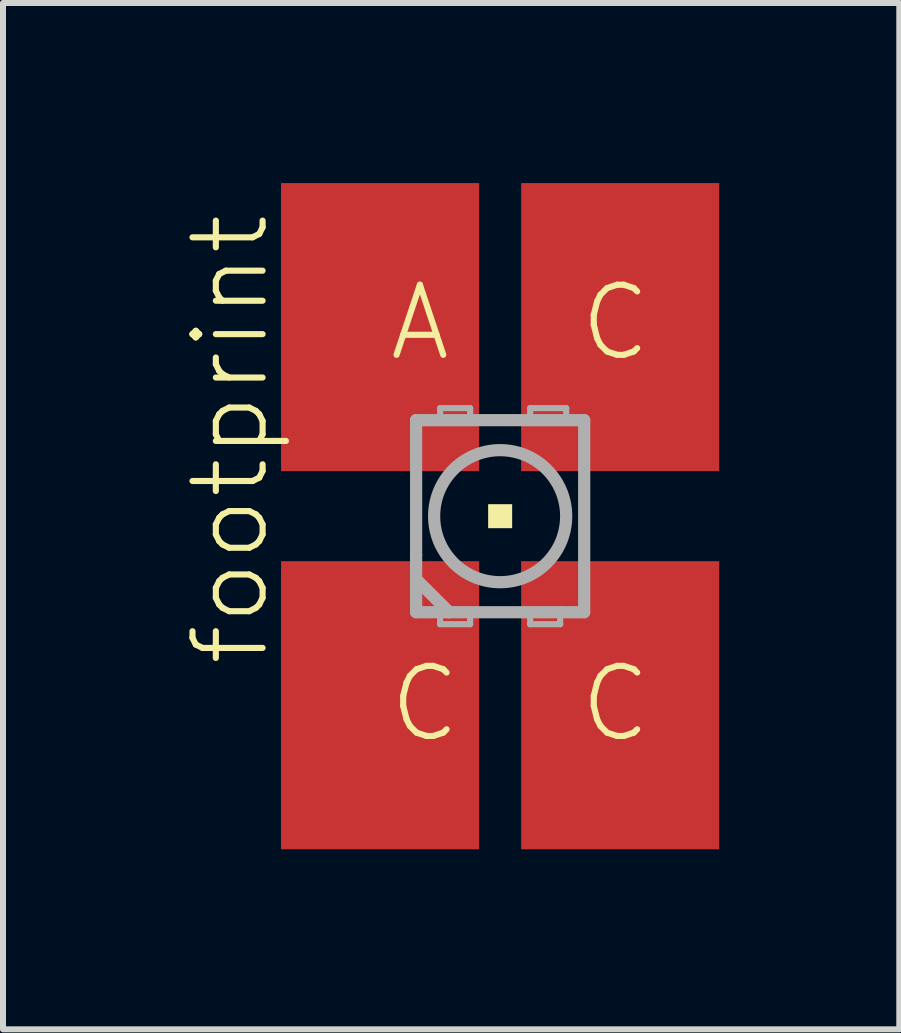
<source format=kicad_pcb>
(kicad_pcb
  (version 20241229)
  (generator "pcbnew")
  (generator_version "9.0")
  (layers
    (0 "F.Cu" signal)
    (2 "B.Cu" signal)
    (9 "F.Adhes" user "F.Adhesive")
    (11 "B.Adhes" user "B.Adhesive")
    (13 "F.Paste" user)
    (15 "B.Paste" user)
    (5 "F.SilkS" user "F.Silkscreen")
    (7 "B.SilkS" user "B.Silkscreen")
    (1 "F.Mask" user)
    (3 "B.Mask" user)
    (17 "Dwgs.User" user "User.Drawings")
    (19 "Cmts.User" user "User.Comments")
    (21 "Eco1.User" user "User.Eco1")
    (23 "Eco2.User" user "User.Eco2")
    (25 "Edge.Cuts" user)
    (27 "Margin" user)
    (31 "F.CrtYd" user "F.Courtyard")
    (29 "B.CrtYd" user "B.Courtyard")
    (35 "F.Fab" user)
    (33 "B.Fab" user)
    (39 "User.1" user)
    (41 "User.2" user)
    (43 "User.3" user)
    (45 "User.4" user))
  (footprint "footprint"
    (layer "F.Cu")
    (at 5.283 5.55)
    (property "Reference" "footprint" (at -3.81 2.54 90) (layer "F.SilkS") (effects (font (size 1.168 1.168) (thickness 0.102)) (justify left bottom)))
    (fp_poly (pts (xy -1.15 -0.75) (xy -0.35 -0.75) (xy -0.35 -1.85) (xy -1.15 -1.85)) (stroke (width 0) (type solid)) (fill yes) (layer "F.Mask"))
    (fp_poly (pts (xy -1.15 1.85) (xy -0.35 1.85) (xy -0.35 0.75) (xy -1.15 0.75)) (stroke (width 0) (type solid)) (fill yes) (layer "F.Mask"))
    (fp_poly (pts (xy 0.35 -0.75) (xy 1.15 -0.75) (xy 1.15 -1.85) (xy 0.35 -1.85)) (stroke (width 0) (type solid)) (fill yes) (layer "F.Mask"))
    (fp_poly (pts (xy 0.35 1.85) (xy 1.15 1.85) (xy 1.15 0.75) (xy 0.35 0.75)) (stroke (width 0) (type solid)) (fill yes) (layer "F.Mask"))
    (fp_poly (pts (xy -0.2 0.2) (xy 0.2 0.2) (xy 0.2 -0.2) (xy -0.2 -0.2)) (stroke (width 0) (type solid)) (fill yes) (layer "F.SilkS"))
    (fp_poly (pts (xy -1.1 -0.8) (xy -0.4 -0.8) (xy -0.4 -1.8) (xy -1.1 -1.8)) (stroke (width 0) (type solid)) (fill yes) (layer "F.Paste"))
    (fp_poly (pts (xy -1.1 1.8) (xy -0.4 1.8) (xy -0.4 0.8) (xy -1.1 0.8)) (stroke (width 0) (type solid)) (fill yes) (layer "F.Paste"))
    (fp_poly (pts (xy 0.4 -0.8) (xy 1.1 -0.8) (xy 1.1 -1.8) (xy 0.4 -1.8)) (stroke (width 0) (type solid)) (fill yes) (layer "F.Paste"))
    (fp_poly (pts (xy 0.4 1.8) (xy 1.1 1.8) (xy 1.1 0.8) (xy 0.4 0.8)) (stroke (width 0) (type solid)) (fill yes) (layer "F.Paste"))
    (fp_line (start -1.4 -1.6) (end -1.4 0.65) (stroke (width 0.203) (type solid)) (layer "F.Fab"))
    (fp_line (start -1.4 1.05) (end -1.4 0.65) (stroke (width 0.203) (type solid)) (layer "F.Fab"))
    (fp_line (start -1.4 1.05) (end -1.4 1.6) (stroke (width 0.203) (type solid)) (layer "F.Fab"))
    (fp_line (start -1.4 1.6) (end -1 1.6) (stroke (width 0.203) (type solid)) (layer "F.Fab"))
    (fp_line (start -1 -1.8) (end -0.5 -1.8) (stroke (width 0.102) (type solid)) (layer "F.Fab"))
    (fp_line (start -1 -1.6) (end -1.4 -1.6) (stroke (width 0.203) (type solid)) (layer "F.Fab"))
    (fp_line (start -1 -1.6) (end -1 -1.8) (stroke (width 0.102) (type solid)) (layer "F.Fab"))
    (fp_line (start -1 1.6) (end -1 1.8) (stroke (width 0.102) (type solid)) (layer "F.Fab"))
    (fp_line (start -1 1.6) (end -0.85 1.6) (stroke (width 0.203) (type solid)) (layer "F.Fab"))
    (fp_line (start -1 1.8) (end -0.5 1.8) (stroke (width 0.102) (type solid)) (layer "F.Fab"))
    (fp_line (start -0.85 1.6) (end -1.4 1.05) (stroke (width 0.203) (type solid)) (layer "F.Fab"))
    (fp_line (start -0.85 1.6) (end 1 1.6) (stroke (width 0.203) (type solid)) (layer "F.Fab"))
    (fp_line (start -0.5 -1.8) (end -0.5 -1.65) (stroke (width 0.102) (type solid)) (layer "F.Fab"))
    (fp_line (start -0.5 1.8) (end -0.5 1.65) (stroke (width 0.102) (type solid)) (layer "F.Fab"))
    (fp_line (start 0.5 -1.8) (end 1.1 -1.8) (stroke (width 0.102) (type solid)) (layer "F.Fab"))
    (fp_line (start 0.5 -1.65) (end 0.5 -1.8) (stroke (width 0.102) (type solid)) (layer "F.Fab"))
    (fp_line (start 0.5 1.65) (end 0.5 1.8) (stroke (width 0.102) (type solid)) (layer "F.Fab"))
    (fp_line (start 0.5 1.8) (end 1 1.8) (stroke (width 0.102) (type solid)) (layer "F.Fab"))
    (fp_line (start 1 1.6) (end 1.4 1.6) (stroke (width 0.203) (type solid)) (layer "F.Fab"))
    (fp_line (start 1 1.8) (end 1 1.6) (stroke (width 0.102) (type solid)) (layer "F.Fab"))
    (fp_line (start 1.1 -1.8) (end 1.1 -1.6) (stroke (width 0.102) (type solid)) (layer "F.Fab"))
    (fp_line (start 1.4 -1.6) (end -1 -1.6) (stroke (width 0.203) (type solid)) (layer "F.Fab"))
    (fp_line (start 1.4 1.6) (end 1.4 -1.6) (stroke (width 0.203) (type solid)) (layer "F.Fab"))
    (fp_circle (center 0 0) (end 1.1 0) (stroke (width 0.203) (type solid)) (fill no) (layer "F.Fab"))
    (fp_text user "C" (at 1.27 3.81 0) (layer "F.SilkS") (effects (font (size 1.168 1.168) (thickness 0.102)) (justify left bottom)))
    (fp_text user "C" (at -1.905 3.81 0) (layer "F.SilkS") (effects (font (size 1.168 1.168) (thickness 0.102)) (justify left bottom)))
    (fp_text user "A" (at -1.905 -2.54 0) (layer "F.SilkS") (effects (font (size 1.168 1.168) (thickness 0.102)) (justify left bottom)))
    (fp_text user "C" (at 1.27 -2.54 0) (layer "F.SilkS") (effects (font (size 1.168 1.168) (thickness 0.102)) (justify left bottom)))
    (pad "A" smd rect (at -2 -3.15) (size 3.3 4.8) (layers "F.Cu"))
    (pad "C@1" smd rect (at -2 3.15) (size 3.3 4.8) (layers "F.Cu"))
    (pad "C@3" smd rect (at 2 -3.15) (size 3.3 4.8) (layers "F.Cu"))
    (pad "C@4" smd rect (at 2 3.15) (size 3.3 4.8) (layers "F.Cu")))
  (gr_rect
    (start -3 -3)
    (end 11.933 14.1)
    (stroke (width 0.1) (type default))
    (fill no)
    (layer "Edge.Cuts")))
</source>
